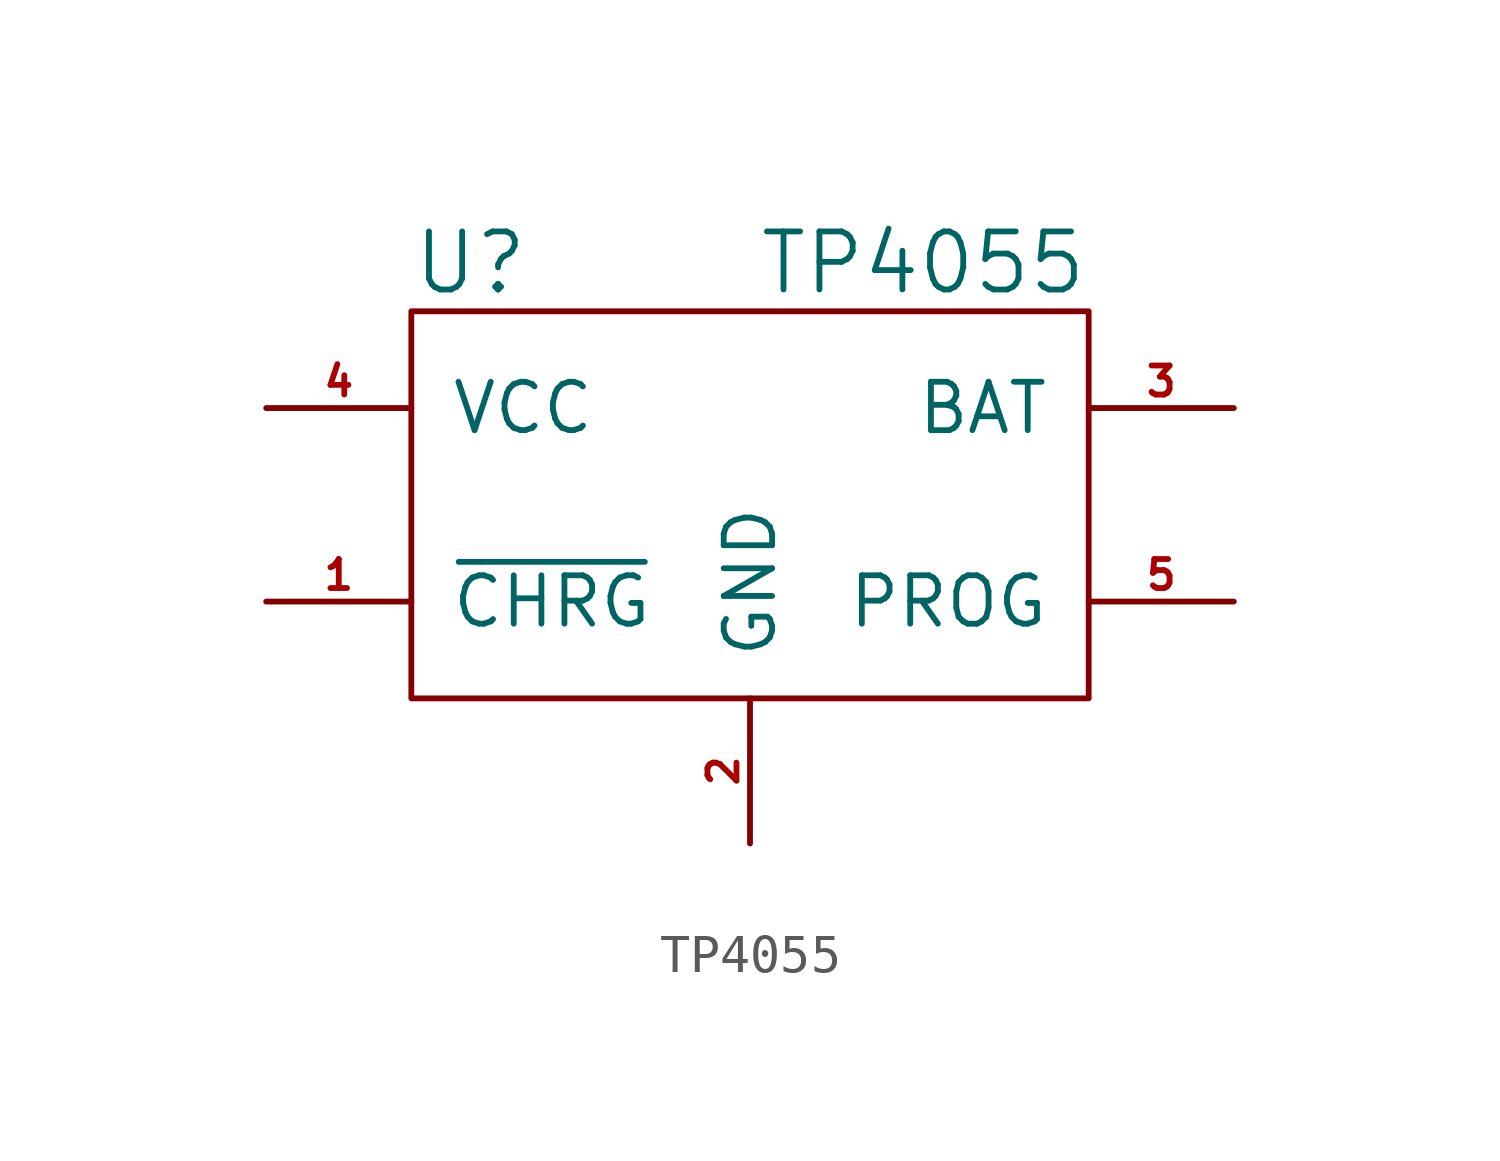
<source format=kicad_sym>
(kicad_symbol_lib
  (version 20211014)
  (generator kicad_symbol_editor)
  (symbol "TP4055"
    (pin_names
      (offset 1.016))
    (property "Reference" "U"
      (at -8.89 10.16 0)
      (effects (font (size 1.524 1.524)) (justify left)))
    (property "Value" "TP4055"
      (at 8.89 10.16 0)
      (effects (font (size 1.524 1.524)) (justify right)))
    (symbol "TP4055_0_1"
      (rectangle (start -8.89 8.89) (end 8.89 -1.27) (stroke (width 0) (type default) (color 0 0 0 0)) (fill (type none))))
    (symbol "TP4055_1_1"
      (pin open_collector line (at -12.7 1.27 0) (length 3.81) (name "~{CHRG}" (effects (font (size 1.27 1.27)))) (number "1" (effects (font (size 0.762 0.762)))))
      (pin power_in line (at 0 -5.08 90) (length 3.81) (name "GND" (effects (font (size 1.27 1.27)))) (number "2" (effects (font (size 0.762 0.762)))))
      (pin power_out line (at 12.7 6.35 180) (length 3.81) (name "BAT" (effects (font (size 1.27 1.27)))) (number "3" (effects (font (size 0.762 0.762)))))
      (pin power_in line (at -12.7 6.35 0) (length 3.81) (name "VCC" (effects (font (size 1.27 1.27)))) (number "4" (effects (font (size 0.762 0.762)))))
      (pin passive line (at 12.7 1.27 180) (length 3.81) (name "PROG" (effects (font (size 1.27 1.27)))) (number "5" (effects (font (size 0.762 0.762))))))))
</source>
